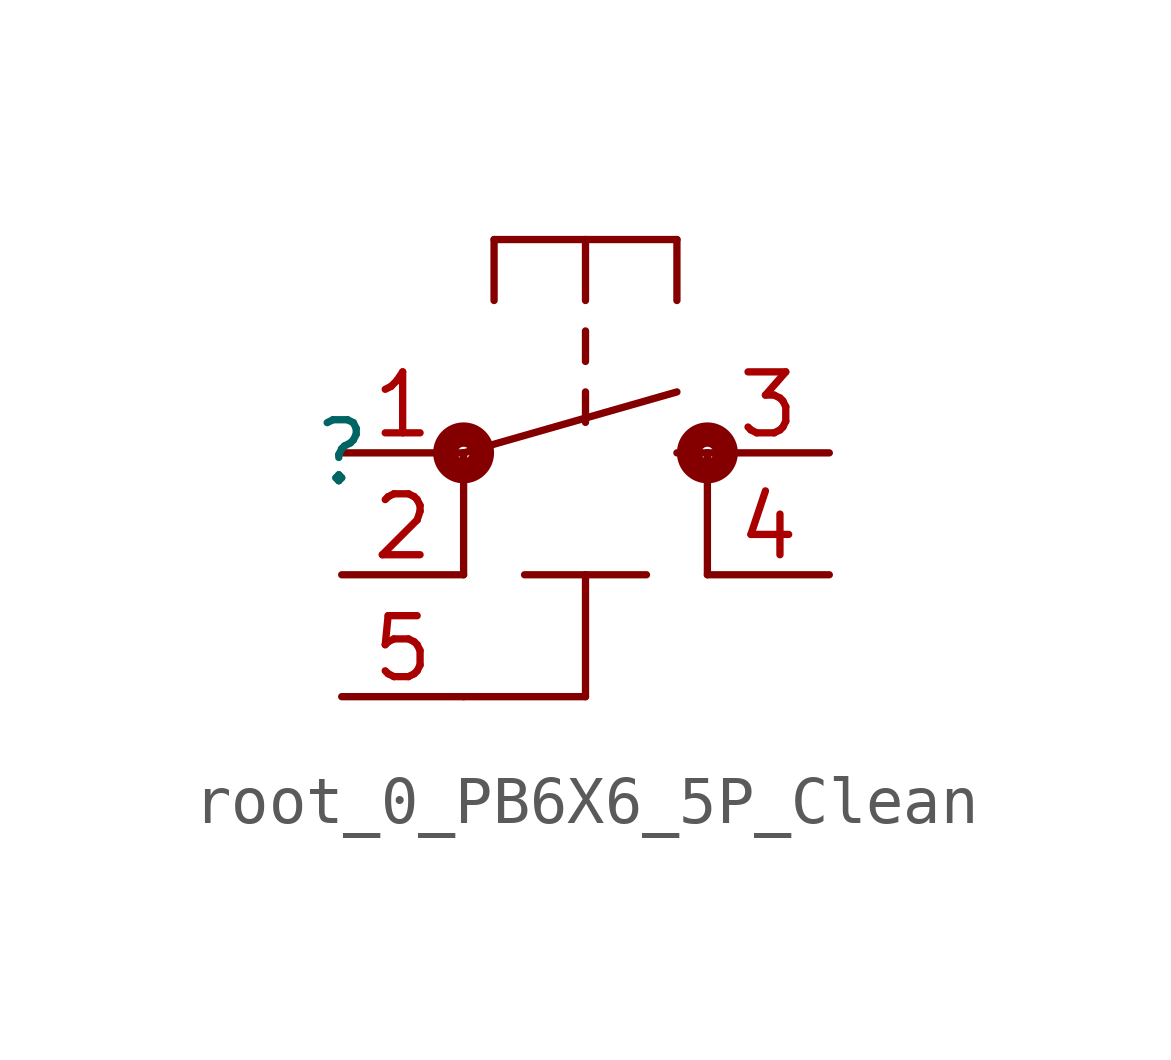
<source format=kicad_sym>
(kicad_symbol_lib
  (version 20241209)
  (generator "kicad_symbol_editor")
  (generator_version "9.0")
  (symbol "root_0_PB6X6_5P_Clean"
    (pin_names
      (hide yes))
    (property "Reference" ""
      (at 0 0 0)
      (effects (font (size 1.27 1.27))))
    (property "Value" ""
      (at 0 0 0)
      (effects (font (size 1.27 1.27))))
    (symbol "root_0_PB6X6_5P_Clean_1_0"
      (polyline (pts (xy 2.54 0) (xy 2.54 -2.54)) (stroke (width 0) (type solid)) (fill (type none)))
      (circle (center 2.54 0) (radius 0.127) (stroke (width 0.508) (type solid)) (fill (type none)))
      (polyline (pts (xy 3.175 4.445) (xy 5.08 4.445)) (stroke (width 0) (type solid)) (fill (type none)))
      (polyline (pts (xy 3.175 3.175) (xy 3.175 4.445)) (stroke (width 0) (type solid)) (fill (type none)))
      (polyline (pts (xy 3.81 -2.54) (xy 5.08 -2.54)) (stroke (width 0) (type solid)) (fill (type none)))
      (polyline (pts (xy 5.08 4.445) (xy 6.985 4.445)) (stroke (width 0) (type solid)) (fill (type none)))
      (polyline (pts (xy 5.08 3.175) (xy 5.08 4.445)) (stroke (width 0) (type solid)) (fill (type none)))
      (polyline (pts (xy 5.08 1.905) (xy 5.08 2.54)) (stroke (width 0) (type solid)) (fill (type none)))
      (polyline (pts (xy 5.08 0.635) (xy 5.08 1.27)) (stroke (width 0) (type solid)) (fill (type none)))
      (polyline (pts (xy 5.08 -2.54) (xy 5.08 -5.08)) (stroke (width 0) (type solid)) (fill (type none)))
      (polyline (pts (xy 5.08 -5.08) (xy 2.54 -5.08)) (stroke (width 0) (type solid)) (fill (type none)))
      (polyline (pts (xy 6.35 -2.54) (xy 5.08 -2.54)) (stroke (width 0) (type solid)) (fill (type none)))
      (polyline (pts (xy 6.985 3.175) (xy 6.985 4.445)) (stroke (width 0) (type solid)) (fill (type none)))
      (polyline (pts (xy 6.985 1.27) (xy 2.54 0)) (stroke (width 0) (type solid)) (fill (type none)))
      (polyline (pts (xy 7.62 0) (xy 6.985 0)) (stroke (width 0) (type solid)) (fill (type none)))
      (polyline (pts (xy 7.62 0) (xy 7.62 -2.54)) (stroke (width 0) (type solid)) (fill (type none)))
      (circle (center 7.62 0) (radius 0.127) (stroke (width 0.508) (type solid)) (fill (type none)))
      (pin passive line (at 0 0 0) (length 2.54) (name "1" (effects (font (size 1.27 1.27)))) (number "1" (effects (font (size 1.27 1.27)))))
      (pin passive line (at 0 -2.54 0) (length 2.54) (name "2" (effects (font (size 1.27 1.27)))) (number "2" (effects (font (size 1.27 1.27)))))
      (pin power_in line (at 0 -5.08 0) (length 2.54) (name "5" (effects (font (size 1.27 1.27)))) (number "5" (effects (font (size 1.27 1.27)))))
      (pin passive line (at 10.16 0 180) (length 2.54) (name "3" (effects (font (size 1.27 1.27)))) (number "3" (effects (font (size 1.27 1.27)))))
      (pin passive line (at 10.16 -2.54 180) (length 2.54) (name "4" (effects (font (size 1.27 1.27)))) (number "4" (effects (font (size 1.27 1.27))))))))
</source>
